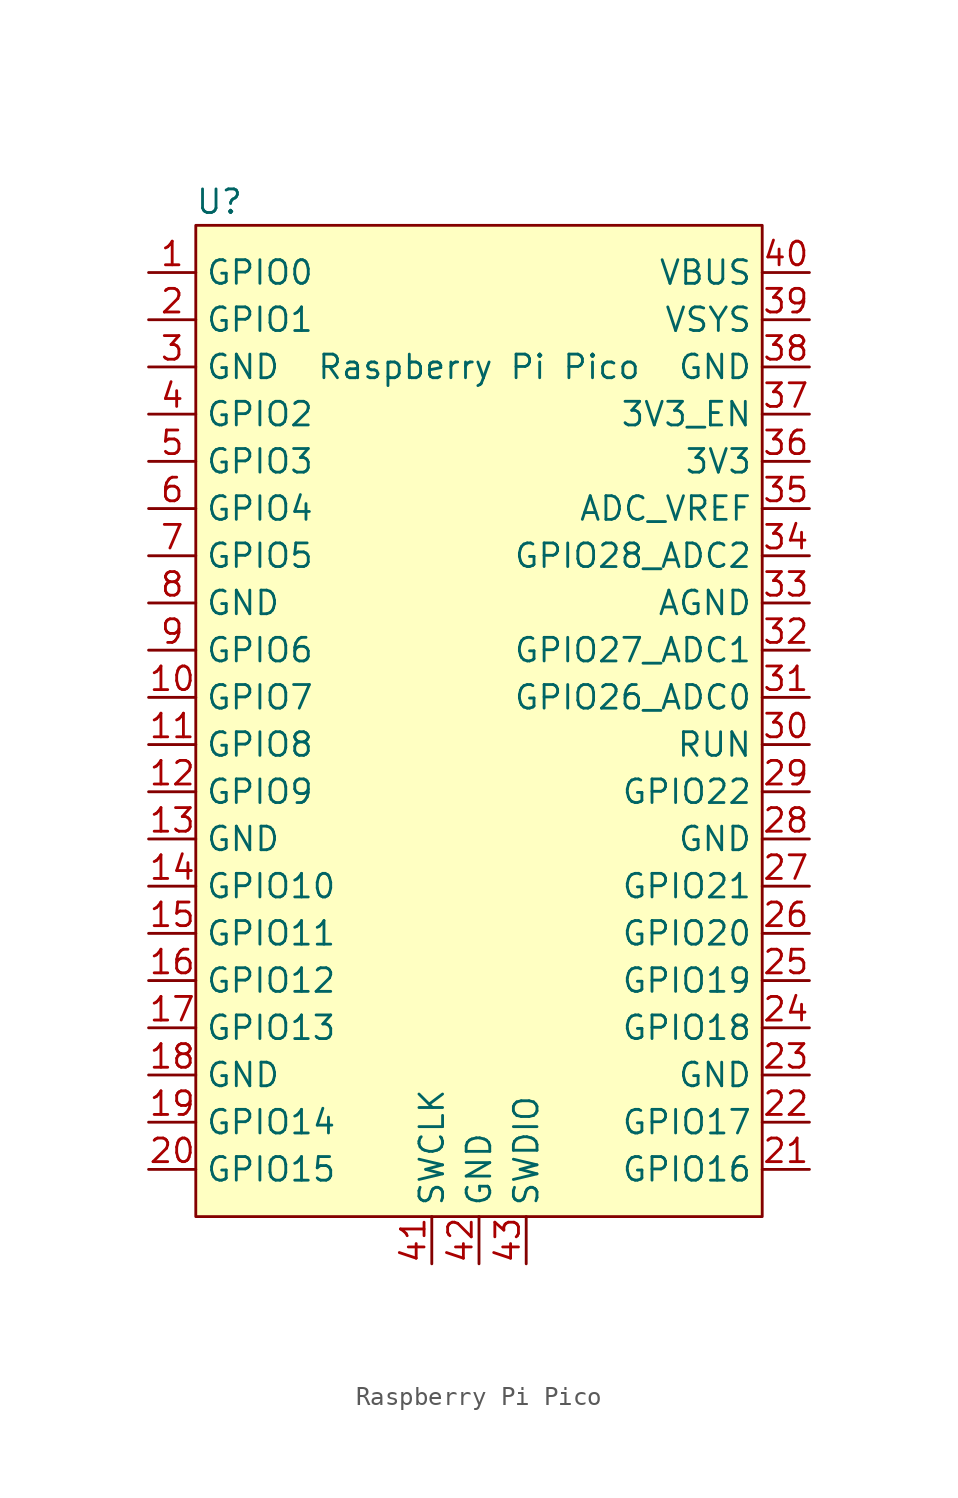
<source format=kicad_sym>
(kicad_symbol_lib
  (version 20231120)
  (generator "kicad_symbol_editor")
  (generator_version "8.0")
  (symbol "Raspberry Pi Pico"
    (property "Reference" "U"
      (at -13.97 27.94 0)
      (effects (font (size 1.27 1.27))))
    (property "Value" "Raspberry Pi Pico"
      (at 0 19.05 0)
      (effects (font (size 1.27 1.27))))
    (symbol "Raspberry Pi Pico_0_1"
      (rectangle (start -15.24 26.67) (end 15.24 -26.67) (stroke (width 0) (type default)) (fill (type background))))
    (symbol "Raspberry Pi Pico_1_1"
      (pin bidirectional line (at -17.78 24.13 0) (length 2.54) (name "GPIO0" (effects (font (size 1.27 1.27)))) (number "1" (effects (font (size 1.27 1.27)))))
      (pin bidirectional line (at -17.78 1.27 0) (length 2.54) (name "GPIO7" (effects (font (size 1.27 1.27)))) (number "10" (effects (font (size 1.27 1.27)))))
      (pin bidirectional line (at -17.78 -1.27 0) (length 2.54) (name "GPIO8" (effects (font (size 1.27 1.27)))) (number "11" (effects (font (size 1.27 1.27)))))
      (pin bidirectional line (at -17.78 -3.81 0) (length 2.54) (name "GPIO9" (effects (font (size 1.27 1.27)))) (number "12" (effects (font (size 1.27 1.27)))))
      (pin power_in line (at -17.78 -6.35 0) (length 2.54) (name "GND" (effects (font (size 1.27 1.27)))) (number "13" (effects (font (size 1.27 1.27)))))
      (pin bidirectional line (at -17.78 -8.89 0) (length 2.54) (name "GPIO10" (effects (font (size 1.27 1.27)))) (number "14" (effects (font (size 1.27 1.27)))))
      (pin bidirectional line (at -17.78 -11.43 0) (length 2.54) (name "GPIO11" (effects (font (size 1.27 1.27)))) (number "15" (effects (font (size 1.27 1.27)))))
      (pin bidirectional line (at -17.78 -13.97 0) (length 2.54) (name "GPIO12" (effects (font (size 1.27 1.27)))) (number "16" (effects (font (size 1.27 1.27)))))
      (pin bidirectional line (at -17.78 -16.51 0) (length 2.54) (name "GPIO13" (effects (font (size 1.27 1.27)))) (number "17" (effects (font (size 1.27 1.27)))))
      (pin power_in line (at -17.78 -19.05 0) (length 2.54) (name "GND" (effects (font (size 1.27 1.27)))) (number "18" (effects (font (size 1.27 1.27)))))
      (pin bidirectional line (at -17.78 -21.59 0) (length 2.54) (name "GPIO14" (effects (font (size 1.27 1.27)))) (number "19" (effects (font (size 1.27 1.27)))))
      (pin bidirectional line (at -17.78 21.59 0) (length 2.54) (name "GPIO1" (effects (font (size 1.27 1.27)))) (number "2" (effects (font (size 1.27 1.27)))))
      (pin bidirectional line (at -17.78 -24.13 0) (length 2.54) (name "GPIO15" (effects (font (size 1.27 1.27)))) (number "20" (effects (font (size 1.27 1.27)))))
      (pin bidirectional line (at 17.78 -24.13 180) (length 2.54) (name "GPIO16" (effects (font (size 1.27 1.27)))) (number "21" (effects (font (size 1.27 1.27)))))
      (pin bidirectional line (at 17.78 -21.59 180) (length 2.54) (name "GPIO17" (effects (font (size 1.27 1.27)))) (number "22" (effects (font (size 1.27 1.27)))))
      (pin power_in line (at 17.78 -19.05 180) (length 2.54) (name "GND" (effects (font (size 1.27 1.27)))) (number "23" (effects (font (size 1.27 1.27)))))
      (pin bidirectional line (at 17.78 -16.51 180) (length 2.54) (name "GPIO18" (effects (font (size 1.27 1.27)))) (number "24" (effects (font (size 1.27 1.27)))))
      (pin bidirectional line (at 17.78 -13.97 180) (length 2.54) (name "GPIO19" (effects (font (size 1.27 1.27)))) (number "25" (effects (font (size 1.27 1.27)))))
      (pin bidirectional line (at 17.78 -11.43 180) (length 2.54) (name "GPIO20" (effects (font (size 1.27 1.27)))) (number "26" (effects (font (size 1.27 1.27)))))
      (pin bidirectional line (at 17.78 -8.89 180) (length 2.54) (name "GPIO21" (effects (font (size 1.27 1.27)))) (number "27" (effects (font (size 1.27 1.27)))))
      (pin power_in line (at 17.78 -6.35 180) (length 2.54) (name "GND" (effects (font (size 1.27 1.27)))) (number "28" (effects (font (size 1.27 1.27)))))
      (pin bidirectional line (at 17.78 -3.81 180) (length 2.54) (name "GPIO22" (effects (font (size 1.27 1.27)))) (number "29" (effects (font (size 1.27 1.27)))))
      (pin power_in line (at -17.78 19.05 0) (length 2.54) (name "GND" (effects (font (size 1.27 1.27)))) (number "3" (effects (font (size 1.27 1.27)))))
      (pin input line (at 17.78 -1.27 180) (length 2.54) (name "RUN" (effects (font (size 1.27 1.27)))) (number "30" (effects (font (size 1.27 1.27)))))
      (pin bidirectional line (at 17.78 1.27 180) (length 2.54) (name "GPIO26_ADC0" (effects (font (size 1.27 1.27)))) (number "31" (effects (font (size 1.27 1.27)))))
      (pin bidirectional line (at 17.78 3.81 180) (length 2.54) (name "GPIO27_ADC1" (effects (font (size 1.27 1.27)))) (number "32" (effects (font (size 1.27 1.27)))))
      (pin power_in line (at 17.78 6.35 180) (length 2.54) (name "AGND" (effects (font (size 1.27 1.27)))) (number "33" (effects (font (size 1.27 1.27)))))
      (pin bidirectional line (at 17.78 8.89 180) (length 2.54) (name "GPIO28_ADC2" (effects (font (size 1.27 1.27)))) (number "34" (effects (font (size 1.27 1.27)))))
      (pin power_in line (at 17.78 11.43 180) (length 2.54) (name "ADC_VREF" (effects (font (size 1.27 1.27)))) (number "35" (effects (font (size 1.27 1.27)))))
      (pin power_in line (at 17.78 13.97 180) (length 2.54) (name "3V3" (effects (font (size 1.27 1.27)))) (number "36" (effects (font (size 1.27 1.27)))))
      (pin input line (at 17.78 16.51 180) (length 2.54) (name "3V3_EN" (effects (font (size 1.27 1.27)))) (number "37" (effects (font (size 1.27 1.27)))))
      (pin bidirectional line (at 17.78 19.05 180) (length 2.54) (name "GND" (effects (font (size 1.27 1.27)))) (number "38" (effects (font (size 1.27 1.27)))))
      (pin power_in line (at 17.78 21.59 180) (length 2.54) (name "VSYS" (effects (font (size 1.27 1.27)))) (number "39" (effects (font (size 1.27 1.27)))))
      (pin bidirectional line (at -17.78 16.51 0) (length 2.54) (name "GPIO2" (effects (font (size 1.27 1.27)))) (number "4" (effects (font (size 1.27 1.27)))))
      (pin power_in line (at 17.78 24.13 180) (length 2.54) (name "VBUS" (effects (font (size 1.27 1.27)))) (number "40" (effects (font (size 1.27 1.27)))))
      (pin input line (at -2.54 -29.21 90) (length 2.54) (name "SWCLK" (effects (font (size 1.27 1.27)))) (number "41" (effects (font (size 1.27 1.27)))))
      (pin power_in line (at 0 -29.21 90) (length 2.54) (name "GND" (effects (font (size 1.27 1.27)))) (number "42" (effects (font (size 1.27 1.27)))))
      (pin bidirectional line (at 2.54 -29.21 90) (length 2.54) (name "SWDIO" (effects (font (size 1.27 1.27)))) (number "43" (effects (font (size 1.27 1.27)))))
      (pin bidirectional line (at -17.78 13.97 0) (length 2.54) (name "GPIO3" (effects (font (size 1.27 1.27)))) (number "5" (effects (font (size 1.27 1.27)))))
      (pin bidirectional line (at -17.78 11.43 0) (length 2.54) (name "GPIO4" (effects (font (size 1.27 1.27)))) (number "6" (effects (font (size 1.27 1.27)))))
      (pin bidirectional line (at -17.78 8.89 0) (length 2.54) (name "GPIO5" (effects (font (size 1.27 1.27)))) (number "7" (effects (font (size 1.27 1.27)))))
      (pin power_in line (at -17.78 6.35 0) (length 2.54) (name "GND" (effects (font (size 1.27 1.27)))) (number "8" (effects (font (size 1.27 1.27)))))
      (pin bidirectional line (at -17.78 3.81 0) (length 2.54) (name "GPIO6" (effects (font (size 1.27 1.27)))) (number "9" (effects (font (size 1.27 1.27))))))))
</source>
